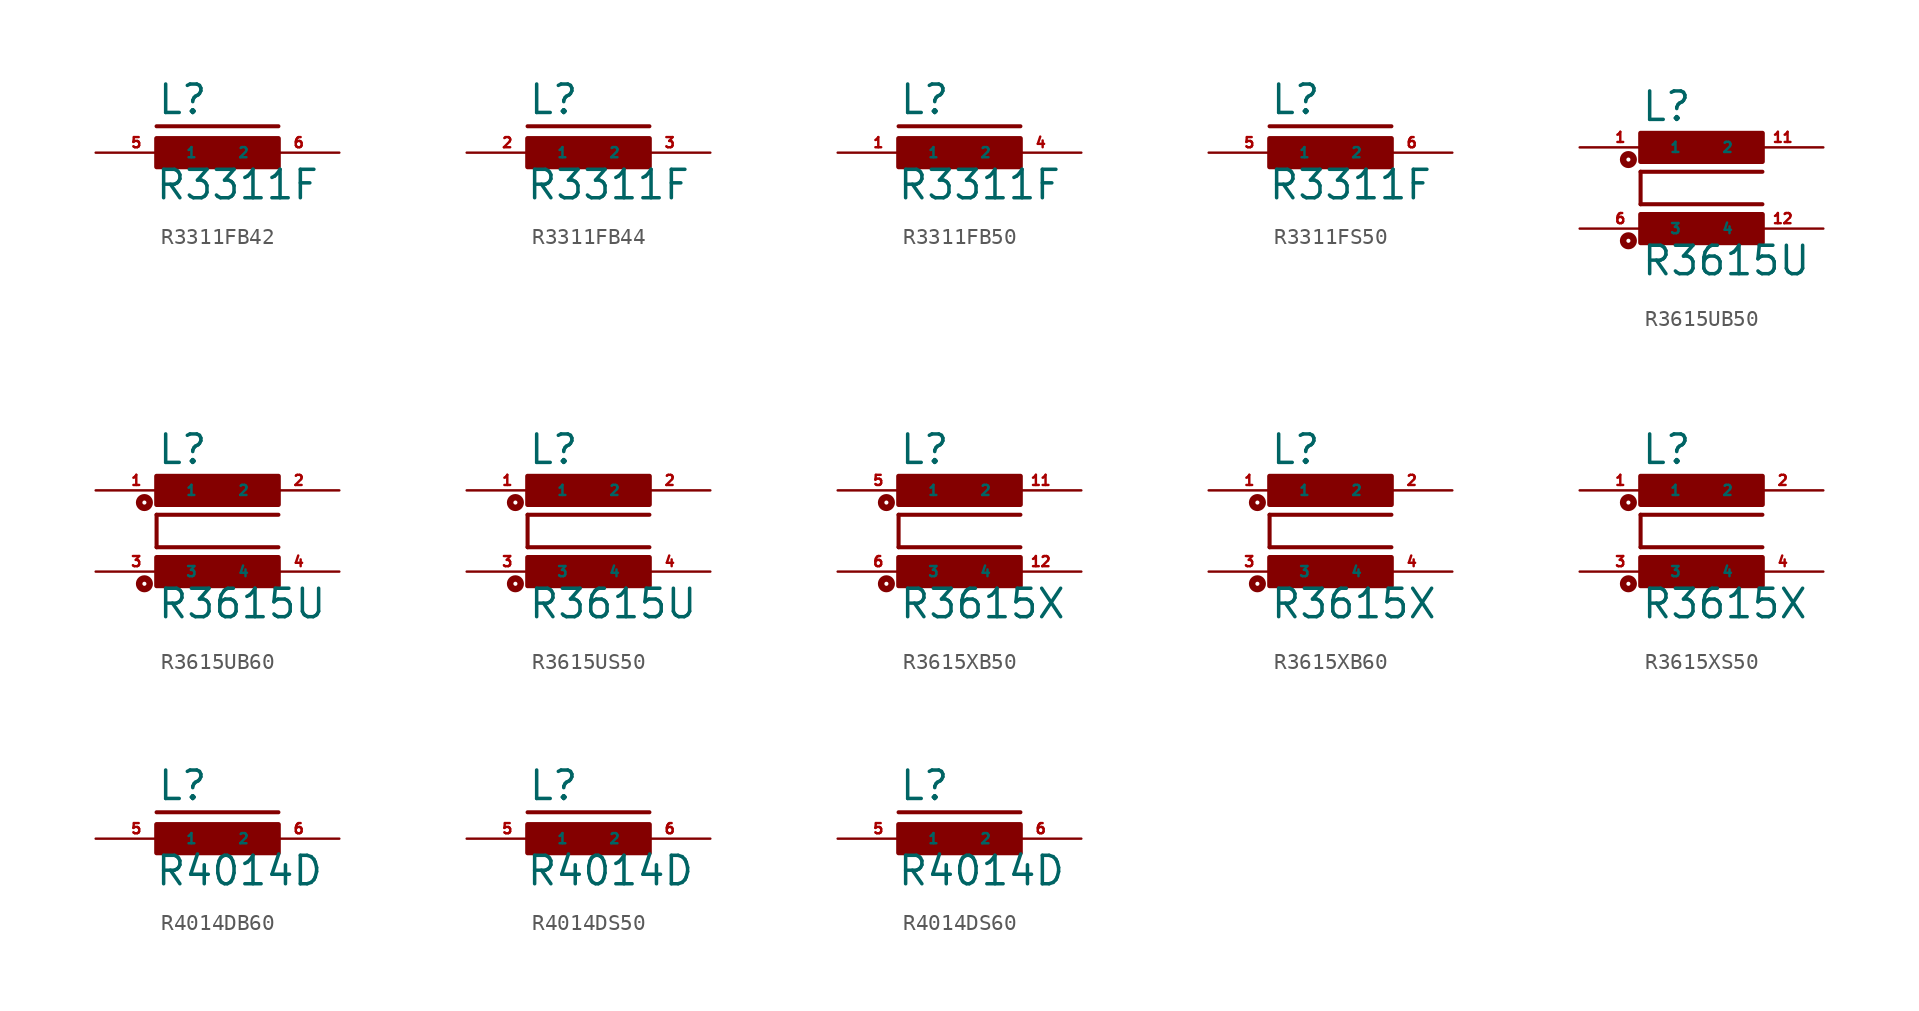
<source format=kicad_sym>
(kicad_symbol_lib
  (version 20220914)
  (generator Eagle2Kicad)
  (symbol "R3311FB42"
    (property "Reference" "L"
      (at -3.81 2.286 0)
      (effects (font (size 1.778 1.778) (thickness 0.22)) (justify left bottom)))
    (property "Value" "R3311F"
      (at -3.937 -3.048 0)
      (effects (font (size 1.778 1.778) (thickness 0.22)) (justify left bottom)))
    (polyline
      (pts (xy -3.81 1.651) (xy 3.81 1.651))
      (stroke (width 0.254) (type default))
      (fill (type none)))
    (rectangle
      (start -3.81 -0.889)
      (end 3.81 0.889)
      (stroke (width 0.3) (type default))
      (fill (type outline)))
    (pin passive line
      (at 7.62 0 180)
      (length 5.08)
      (name "2" (effects (font (size 0.635 0.635) (thickness 0.08)) (justify left bottom)))
      (number "6" (effects (font (size 0.635 0.635) (thickness 0.08)) (justify left bottom))))
    (pin passive line
      (at -7.62 0 0)
      (length 5.08)
      (name "1" (effects (font (size 0.635 0.635) (thickness 0.08)) (justify left bottom)))
      (number "5" (effects (font (size 0.635 0.635) (thickness 0.08)) (justify left bottom)))))
  (symbol "R3311FB44"
    (property "Reference" "L"
      (at -3.81 2.286 0)
      (effects (font (size 1.778 1.778) (thickness 0.22)) (justify left bottom)))
    (property "Value" "R3311F"
      (at -3.937 -3.048 0)
      (effects (font (size 1.778 1.778) (thickness 0.22)) (justify left bottom)))
    (polyline
      (pts (xy -3.81 1.651) (xy 3.81 1.651))
      (stroke (width 0.254) (type default))
      (fill (type none)))
    (rectangle
      (start -3.81 -0.889)
      (end 3.81 0.889)
      (stroke (width 0.3) (type default))
      (fill (type outline)))
    (pin passive line
      (at 7.62 0 180)
      (length 5.08)
      (name "2" (effects (font (size 0.635 0.635) (thickness 0.08)) (justify left bottom)))
      (number "3" (effects (font (size 0.635 0.635) (thickness 0.08)) (justify left bottom))))
    (pin passive line
      (at -7.62 0 0)
      (length 5.08)
      (name "1" (effects (font (size 0.635 0.635) (thickness 0.08)) (justify left bottom)))
      (number "2" (effects (font (size 0.635 0.635) (thickness 0.08)) (justify left bottom)))))
  (symbol "R3311FB50"
    (property "Reference" "L"
      (at -3.81 2.286 0)
      (effects (font (size 1.778 1.778) (thickness 0.22)) (justify left bottom)))
    (property "Value" "R3311F"
      (at -3.937 -3.048 0)
      (effects (font (size 1.778 1.778) (thickness 0.22)) (justify left bottom)))
    (polyline
      (pts (xy -3.81 1.651) (xy 3.81 1.651))
      (stroke (width 0.254) (type default))
      (fill (type none)))
    (rectangle
      (start -3.81 -0.889)
      (end 3.81 0.889)
      (stroke (width 0.3) (type default))
      (fill (type outline)))
    (pin passive line
      (at 7.62 0 180)
      (length 5.08)
      (name "2" (effects (font (size 0.635 0.635) (thickness 0.08)) (justify left bottom)))
      (number "4" (effects (font (size 0.635 0.635) (thickness 0.08)) (justify left bottom))))
    (pin passive line
      (at -7.62 0 0)
      (length 5.08)
      (name "1" (effects (font (size 0.635 0.635) (thickness 0.08)) (justify left bottom)))
      (number "1" (effects (font (size 0.635 0.635) (thickness 0.08)) (justify left bottom)))))
  (symbol "R3311FS50"
    (property "Reference" "L"
      (at -3.81 2.286 0)
      (effects (font (size 1.778 1.778) (thickness 0.22)) (justify left bottom)))
    (property "Value" "R3311F"
      (at -3.937 -3.048 0)
      (effects (font (size 1.778 1.778) (thickness 0.22)) (justify left bottom)))
    (polyline
      (pts (xy -3.81 1.651) (xy 3.81 1.651))
      (stroke (width 0.254) (type default))
      (fill (type none)))
    (rectangle
      (start -3.81 -0.889)
      (end 3.81 0.889)
      (stroke (width 0.3) (type default))
      (fill (type outline)))
    (pin passive line
      (at 7.62 0 180)
      (length 5.08)
      (name "2" (effects (font (size 0.635 0.635) (thickness 0.08)) (justify left bottom)))
      (number "6" (effects (font (size 0.635 0.635) (thickness 0.08)) (justify left bottom))))
    (pin passive line
      (at -7.62 0 0)
      (length 5.08)
      (name "1" (effects (font (size 0.635 0.635) (thickness 0.08)) (justify left bottom)))
      (number "5" (effects (font (size 0.635 0.635) (thickness 0.08)) (justify left bottom)))))
  (symbol "R3615UB50"
    (property "Reference" "L"
      (at -3.81 4.064 0)
      (effects (font (size 1.778 1.778) (thickness 0.22)) (justify left bottom)))
    (property "Value" "R3615U"
      (at -3.81 -5.588 0)
      (effects (font (size 1.778 1.778) (thickness 0.22)) (justify left bottom)))
    (polyline
      (pts (xy 3.81 1.016) (xy -3.81 1.016))
      (stroke (width 0.254) (type default))
      (fill (type none)))
    (polyline
      (pts (xy -3.81 -1.016) (xy -3.81 1.016))
      (stroke (width 0.254) (type default))
      (fill (type none)))
    (polyline
      (pts (xy -3.81 -1.016) (xy 3.81 -1.016))
      (stroke (width 0.254) (type default))
      (fill (type none)))
    (circle
      (center -4.572 -3.302)
      (radius 0.127)
      (stroke (width 0.406) (type default))
      (fill (type none)))
    (circle
      (center -4.572 1.778)
      (radius 0.127)
      (stroke (width 0.406) (type default))
      (fill (type none)))
    (rectangle
      (start -3.81 1.651)
      (end 3.81 3.429)
      (stroke (width 0.3) (type default))
      (fill (type outline)))
    (rectangle
      (start -3.81 -3.429)
      (end 3.81 -1.651)
      (stroke (width 0.3) (type default))
      (fill (type outline)))
    (pin passive line
      (at 7.62 2.54 180)
      (length 5.08)
      (name "2" (effects (font (size 0.635 0.635) (thickness 0.08)) (justify left bottom)))
      (number "11" (effects (font (size 0.635 0.635) (thickness 0.08)) (justify left bottom))))
    (pin passive line
      (at -7.62 2.54 0)
      (length 5.08)
      (name "1" (effects (font (size 0.635 0.635) (thickness 0.08)) (justify left bottom)))
      (number "1" (effects (font (size 0.635 0.635) (thickness 0.08)) (justify left bottom))))
    (pin passive line
      (at -7.62 -2.54 0)
      (length 5.08)
      (name "3" (effects (font (size 0.635 0.635) (thickness 0.08)) (justify left bottom)))
      (number "6" (effects (font (size 0.635 0.635) (thickness 0.08)) (justify left bottom))))
    (pin passive line
      (at 7.62 -2.54 180)
      (length 5.08)
      (name "4" (effects (font (size 0.635 0.635) (thickness 0.08)) (justify left bottom)))
      (number "12" (effects (font (size 0.635 0.635) (thickness 0.08)) (justify left bottom)))))
  (symbol "R3615UB60"
    (property "Reference" "L"
      (at -3.81 4.064 0)
      (effects (font (size 1.778 1.778) (thickness 0.22)) (justify left bottom)))
    (property "Value" "R3615U"
      (at -3.81 -5.588 0)
      (effects (font (size 1.778 1.778) (thickness 0.22)) (justify left bottom)))
    (polyline
      (pts (xy 3.81 1.016) (xy -3.81 1.016))
      (stroke (width 0.254) (type default))
      (fill (type none)))
    (polyline
      (pts (xy -3.81 -1.016) (xy -3.81 1.016))
      (stroke (width 0.254) (type default))
      (fill (type none)))
    (polyline
      (pts (xy -3.81 -1.016) (xy 3.81 -1.016))
      (stroke (width 0.254) (type default))
      (fill (type none)))
    (circle
      (center -4.572 -3.302)
      (radius 0.127)
      (stroke (width 0.406) (type default))
      (fill (type none)))
    (circle
      (center -4.572 1.778)
      (radius 0.127)
      (stroke (width 0.406) (type default))
      (fill (type none)))
    (rectangle
      (start -3.81 1.651)
      (end 3.81 3.429)
      (stroke (width 0.3) (type default))
      (fill (type outline)))
    (rectangle
      (start -3.81 -3.429)
      (end 3.81 -1.651)
      (stroke (width 0.3) (type default))
      (fill (type outline)))
    (pin passive line
      (at 7.62 2.54 180)
      (length 5.08)
      (name "2" (effects (font (size 0.635 0.635) (thickness 0.08)) (justify left bottom)))
      (number "2" (effects (font (size 0.635 0.635) (thickness 0.08)) (justify left bottom))))
    (pin passive line
      (at -7.62 2.54 0)
      (length 5.08)
      (name "1" (effects (font (size 0.635 0.635) (thickness 0.08)) (justify left bottom)))
      (number "1" (effects (font (size 0.635 0.635) (thickness 0.08)) (justify left bottom))))
    (pin passive line
      (at -7.62 -2.54 0)
      (length 5.08)
      (name "3" (effects (font (size 0.635 0.635) (thickness 0.08)) (justify left bottom)))
      (number "3" (effects (font (size 0.635 0.635) (thickness 0.08)) (justify left bottom))))
    (pin passive line
      (at 7.62 -2.54 180)
      (length 5.08)
      (name "4" (effects (font (size 0.635 0.635) (thickness 0.08)) (justify left bottom)))
      (number "4" (effects (font (size 0.635 0.635) (thickness 0.08)) (justify left bottom)))))
  (symbol "R3615US50"
    (property "Reference" "L"
      (at -3.81 4.064 0)
      (effects (font (size 1.778 1.778) (thickness 0.22)) (justify left bottom)))
    (property "Value" "R3615U"
      (at -3.81 -5.588 0)
      (effects (font (size 1.778 1.778) (thickness 0.22)) (justify left bottom)))
    (polyline
      (pts (xy 3.81 1.016) (xy -3.81 1.016))
      (stroke (width 0.254) (type default))
      (fill (type none)))
    (polyline
      (pts (xy -3.81 -1.016) (xy -3.81 1.016))
      (stroke (width 0.254) (type default))
      (fill (type none)))
    (polyline
      (pts (xy -3.81 -1.016) (xy 3.81 -1.016))
      (stroke (width 0.254) (type default))
      (fill (type none)))
    (circle
      (center -4.572 -3.302)
      (radius 0.127)
      (stroke (width 0.406) (type default))
      (fill (type none)))
    (circle
      (center -4.572 1.778)
      (radius 0.127)
      (stroke (width 0.406) (type default))
      (fill (type none)))
    (rectangle
      (start -3.81 1.651)
      (end 3.81 3.429)
      (stroke (width 0.3) (type default))
      (fill (type outline)))
    (rectangle
      (start -3.81 -3.429)
      (end 3.81 -1.651)
      (stroke (width 0.3) (type default))
      (fill (type outline)))
    (pin passive line
      (at 7.62 2.54 180)
      (length 5.08)
      (name "2" (effects (font (size 0.635 0.635) (thickness 0.08)) (justify left bottom)))
      (number "2" (effects (font (size 0.635 0.635) (thickness 0.08)) (justify left bottom))))
    (pin passive line
      (at -7.62 2.54 0)
      (length 5.08)
      (name "1" (effects (font (size 0.635 0.635) (thickness 0.08)) (justify left bottom)))
      (number "1" (effects (font (size 0.635 0.635) (thickness 0.08)) (justify left bottom))))
    (pin passive line
      (at -7.62 -2.54 0)
      (length 5.08)
      (name "3" (effects (font (size 0.635 0.635) (thickness 0.08)) (justify left bottom)))
      (number "3" (effects (font (size 0.635 0.635) (thickness 0.08)) (justify left bottom))))
    (pin passive line
      (at 7.62 -2.54 180)
      (length 5.08)
      (name "4" (effects (font (size 0.635 0.635) (thickness 0.08)) (justify left bottom)))
      (number "4" (effects (font (size 0.635 0.635) (thickness 0.08)) (justify left bottom)))))
  (symbol "R3615XB50"
    (property "Reference" "L"
      (at -3.81 4.064 0)
      (effects (font (size 1.778 1.778) (thickness 0.22)) (justify left bottom)))
    (property "Value" "R3615X"
      (at -3.81 -5.588 0)
      (effects (font (size 1.778 1.778) (thickness 0.22)) (justify left bottom)))
    (polyline
      (pts (xy 3.81 1.016) (xy -3.81 1.016))
      (stroke (width 0.254) (type default))
      (fill (type none)))
    (polyline
      (pts (xy -3.81 -1.016) (xy -3.81 1.016))
      (stroke (width 0.254) (type default))
      (fill (type none)))
    (polyline
      (pts (xy -3.81 -1.016) (xy 3.81 -1.016))
      (stroke (width 0.254) (type default))
      (fill (type none)))
    (circle
      (center -4.572 -3.302)
      (radius 0.127)
      (stroke (width 0.406) (type default))
      (fill (type none)))
    (circle
      (center -4.572 1.778)
      (radius 0.127)
      (stroke (width 0.406) (type default))
      (fill (type none)))
    (rectangle
      (start -3.81 1.651)
      (end 3.81 3.429)
      (stroke (width 0.3) (type default))
      (fill (type outline)))
    (rectangle
      (start -3.81 -3.429)
      (end 3.81 -1.651)
      (stroke (width 0.3) (type default))
      (fill (type outline)))
    (pin passive line
      (at 7.62 2.54 180)
      (length 5.08)
      (name "2" (effects (font (size 0.635 0.635) (thickness 0.08)) (justify left bottom)))
      (number "11" (effects (font (size 0.635 0.635) (thickness 0.08)) (justify left bottom))))
    (pin passive line
      (at -7.62 2.54 0)
      (length 5.08)
      (name "1" (effects (font (size 0.635 0.635) (thickness 0.08)) (justify left bottom)))
      (number "5" (effects (font (size 0.635 0.635) (thickness 0.08)) (justify left bottom))))
    (pin passive line
      (at -7.62 -2.54 0)
      (length 5.08)
      (name "3" (effects (font (size 0.635 0.635) (thickness 0.08)) (justify left bottom)))
      (number "6" (effects (font (size 0.635 0.635) (thickness 0.08)) (justify left bottom))))
    (pin passive line
      (at 7.62 -2.54 180)
      (length 5.08)
      (name "4" (effects (font (size 0.635 0.635) (thickness 0.08)) (justify left bottom)))
      (number "12" (effects (font (size 0.635 0.635) (thickness 0.08)) (justify left bottom)))))
  (symbol "R3615XB60"
    (property "Reference" "L"
      (at -3.81 4.064 0)
      (effects (font (size 1.778 1.778) (thickness 0.22)) (justify left bottom)))
    (property "Value" "R3615X"
      (at -3.81 -5.588 0)
      (effects (font (size 1.778 1.778) (thickness 0.22)) (justify left bottom)))
    (polyline
      (pts (xy 3.81 1.016) (xy -3.81 1.016))
      (stroke (width 0.254) (type default))
      (fill (type none)))
    (polyline
      (pts (xy -3.81 -1.016) (xy -3.81 1.016))
      (stroke (width 0.254) (type default))
      (fill (type none)))
    (polyline
      (pts (xy -3.81 -1.016) (xy 3.81 -1.016))
      (stroke (width 0.254) (type default))
      (fill (type none)))
    (circle
      (center -4.572 -3.302)
      (radius 0.127)
      (stroke (width 0.406) (type default))
      (fill (type none)))
    (circle
      (center -4.572 1.778)
      (radius 0.127)
      (stroke (width 0.406) (type default))
      (fill (type none)))
    (rectangle
      (start -3.81 1.651)
      (end 3.81 3.429)
      (stroke (width 0.3) (type default))
      (fill (type outline)))
    (rectangle
      (start -3.81 -3.429)
      (end 3.81 -1.651)
      (stroke (width 0.3) (type default))
      (fill (type outline)))
    (pin passive line
      (at 7.62 2.54 180)
      (length 5.08)
      (name "2" (effects (font (size 0.635 0.635) (thickness 0.08)) (justify left bottom)))
      (number "2" (effects (font (size 0.635 0.635) (thickness 0.08)) (justify left bottom))))
    (pin passive line
      (at -7.62 2.54 0)
      (length 5.08)
      (name "1" (effects (font (size 0.635 0.635) (thickness 0.08)) (justify left bottom)))
      (number "1" (effects (font (size 0.635 0.635) (thickness 0.08)) (justify left bottom))))
    (pin passive line
      (at -7.62 -2.54 0)
      (length 5.08)
      (name "3" (effects (font (size 0.635 0.635) (thickness 0.08)) (justify left bottom)))
      (number "3" (effects (font (size 0.635 0.635) (thickness 0.08)) (justify left bottom))))
    (pin passive line
      (at 7.62 -2.54 180)
      (length 5.08)
      (name "4" (effects (font (size 0.635 0.635) (thickness 0.08)) (justify left bottom)))
      (number "4" (effects (font (size 0.635 0.635) (thickness 0.08)) (justify left bottom)))))
  (symbol "R3615XS50"
    (property "Reference" "L"
      (at -3.81 4.064 0)
      (effects (font (size 1.778 1.778) (thickness 0.22)) (justify left bottom)))
    (property "Value" "R3615X"
      (at -3.81 -5.588 0)
      (effects (font (size 1.778 1.778) (thickness 0.22)) (justify left bottom)))
    (polyline
      (pts (xy 3.81 1.016) (xy -3.81 1.016))
      (stroke (width 0.254) (type default))
      (fill (type none)))
    (polyline
      (pts (xy -3.81 -1.016) (xy -3.81 1.016))
      (stroke (width 0.254) (type default))
      (fill (type none)))
    (polyline
      (pts (xy -3.81 -1.016) (xy 3.81 -1.016))
      (stroke (width 0.254) (type default))
      (fill (type none)))
    (circle
      (center -4.572 -3.302)
      (radius 0.127)
      (stroke (width 0.406) (type default))
      (fill (type none)))
    (circle
      (center -4.572 1.778)
      (radius 0.127)
      (stroke (width 0.406) (type default))
      (fill (type none)))
    (rectangle
      (start -3.81 1.651)
      (end 3.81 3.429)
      (stroke (width 0.3) (type default))
      (fill (type outline)))
    (rectangle
      (start -3.81 -3.429)
      (end 3.81 -1.651)
      (stroke (width 0.3) (type default))
      (fill (type outline)))
    (pin passive line
      (at 7.62 2.54 180)
      (length 5.08)
      (name "2" (effects (font (size 0.635 0.635) (thickness 0.08)) (justify left bottom)))
      (number "2" (effects (font (size 0.635 0.635) (thickness 0.08)) (justify left bottom))))
    (pin passive line
      (at -7.62 2.54 0)
      (length 5.08)
      (name "1" (effects (font (size 0.635 0.635) (thickness 0.08)) (justify left bottom)))
      (number "1" (effects (font (size 0.635 0.635) (thickness 0.08)) (justify left bottom))))
    (pin passive line
      (at -7.62 -2.54 0)
      (length 5.08)
      (name "3" (effects (font (size 0.635 0.635) (thickness 0.08)) (justify left bottom)))
      (number "3" (effects (font (size 0.635 0.635) (thickness 0.08)) (justify left bottom))))
    (pin passive line
      (at 7.62 -2.54 180)
      (length 5.08)
      (name "4" (effects (font (size 0.635 0.635) (thickness 0.08)) (justify left bottom)))
      (number "4" (effects (font (size 0.635 0.635) (thickness 0.08)) (justify left bottom)))))
  (symbol "R4014DB60"
    (property "Reference" "L"
      (at -3.81 2.286 0)
      (effects (font (size 1.778 1.778) (thickness 0.22)) (justify left bottom)))
    (property "Value" "R4014D"
      (at -3.937 -3.048 0)
      (effects (font (size 1.778 1.778) (thickness 0.22)) (justify left bottom)))
    (polyline
      (pts (xy -3.81 1.651) (xy 3.81 1.651))
      (stroke (width 0.254) (type default))
      (fill (type none)))
    (rectangle
      (start -3.81 -0.889)
      (end 3.81 0.889)
      (stroke (width 0.3) (type default))
      (fill (type outline)))
    (pin passive line
      (at 7.62 0 180)
      (length 5.08)
      (name "2" (effects (font (size 0.635 0.635) (thickness 0.08)) (justify left bottom)))
      (number "6" (effects (font (size 0.635 0.635) (thickness 0.08)) (justify left bottom))))
    (pin passive line
      (at -7.62 0 0)
      (length 5.08)
      (name "1" (effects (font (size 0.635 0.635) (thickness 0.08)) (justify left bottom)))
      (number "5" (effects (font (size 0.635 0.635) (thickness 0.08)) (justify left bottom)))))
  (symbol "R4014DS50"
    (property "Reference" "L"
      (at -3.81 2.286 0)
      (effects (font (size 1.778 1.778) (thickness 0.22)) (justify left bottom)))
    (property "Value" "R4014D"
      (at -3.937 -3.048 0)
      (effects (font (size 1.778 1.778) (thickness 0.22)) (justify left bottom)))
    (polyline
      (pts (xy -3.81 1.651) (xy 3.81 1.651))
      (stroke (width 0.254) (type default))
      (fill (type none)))
    (rectangle
      (start -3.81 -0.889)
      (end 3.81 0.889)
      (stroke (width 0.3) (type default))
      (fill (type outline)))
    (pin passive line
      (at 7.62 0 180)
      (length 5.08)
      (name "2" (effects (font (size 0.635 0.635) (thickness 0.08)) (justify left bottom)))
      (number "6" (effects (font (size 0.635 0.635) (thickness 0.08)) (justify left bottom))))
    (pin passive line
      (at -7.62 0 0)
      (length 5.08)
      (name "1" (effects (font (size 0.635 0.635) (thickness 0.08)) (justify left bottom)))
      (number "5" (effects (font (size 0.635 0.635) (thickness 0.08)) (justify left bottom)))))
  (symbol "R4014DS60"
    (property "Reference" "L"
      (at -3.81 2.286 0)
      (effects (font (size 1.778 1.778) (thickness 0.22)) (justify left bottom)))
    (property "Value" "R4014D"
      (at -3.937 -3.048 0)
      (effects (font (size 1.778 1.778) (thickness 0.22)) (justify left bottom)))
    (polyline
      (pts (xy -3.81 1.651) (xy 3.81 1.651))
      (stroke (width 0.254) (type default))
      (fill (type none)))
    (rectangle
      (start -3.81 -0.889)
      (end 3.81 0.889)
      (stroke (width 0.3) (type default))
      (fill (type outline)))
    (pin passive line
      (at 7.62 0 180)
      (length 5.08)
      (name "2" (effects (font (size 0.635 0.635) (thickness 0.08)) (justify left bottom)))
      (number "6" (effects (font (size 0.635 0.635) (thickness 0.08)) (justify left bottom))))
    (pin passive line
      (at -7.62 0 0)
      (length 5.08)
      (name "1" (effects (font (size 0.635 0.635) (thickness 0.08)) (justify left bottom)))
      (number "5" (effects (font (size 0.635 0.635) (thickness 0.08)) (justify left bottom))))))
</source>
